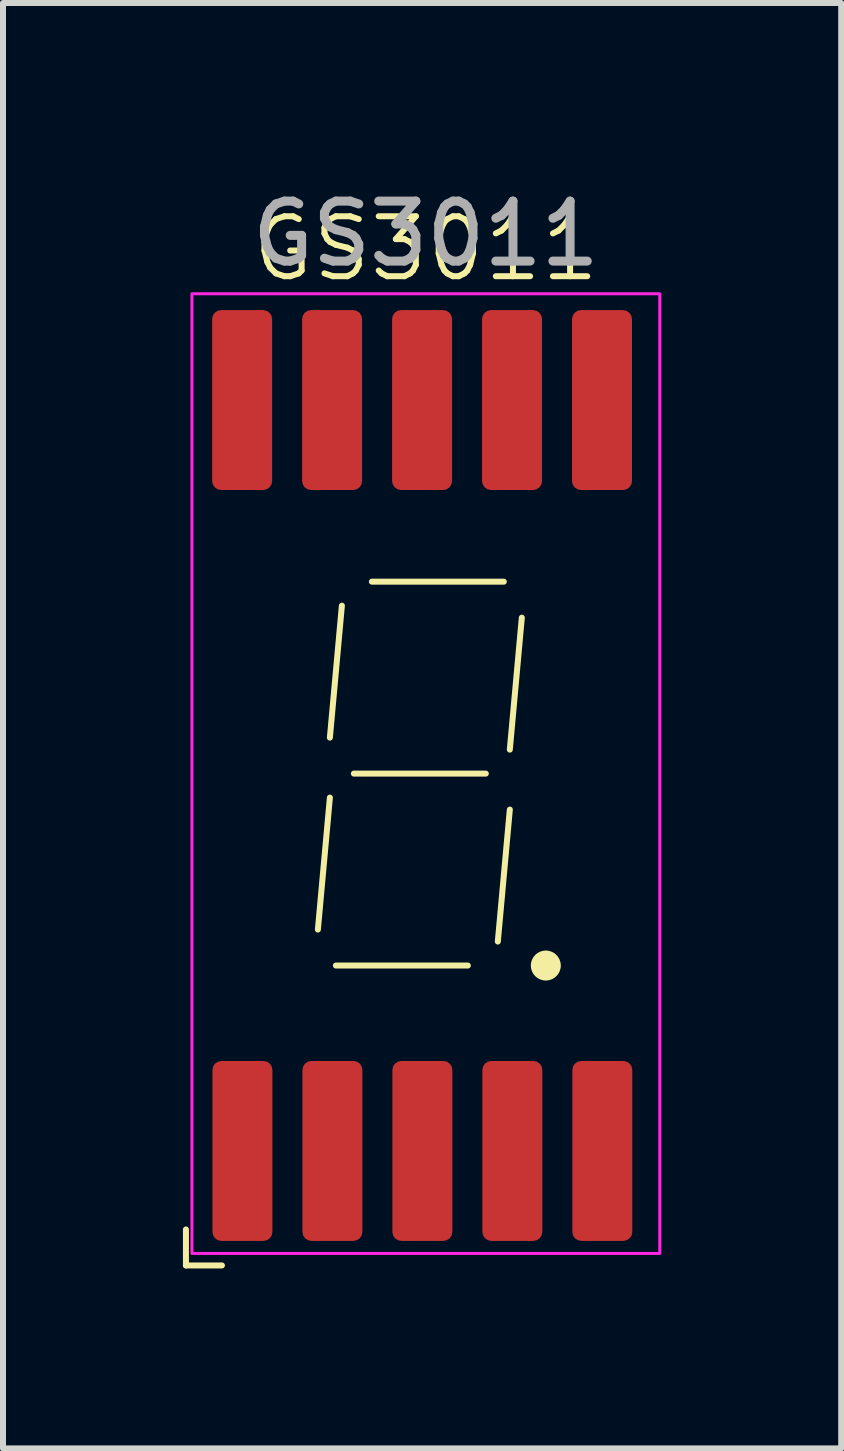
<source format=kicad_pcb>
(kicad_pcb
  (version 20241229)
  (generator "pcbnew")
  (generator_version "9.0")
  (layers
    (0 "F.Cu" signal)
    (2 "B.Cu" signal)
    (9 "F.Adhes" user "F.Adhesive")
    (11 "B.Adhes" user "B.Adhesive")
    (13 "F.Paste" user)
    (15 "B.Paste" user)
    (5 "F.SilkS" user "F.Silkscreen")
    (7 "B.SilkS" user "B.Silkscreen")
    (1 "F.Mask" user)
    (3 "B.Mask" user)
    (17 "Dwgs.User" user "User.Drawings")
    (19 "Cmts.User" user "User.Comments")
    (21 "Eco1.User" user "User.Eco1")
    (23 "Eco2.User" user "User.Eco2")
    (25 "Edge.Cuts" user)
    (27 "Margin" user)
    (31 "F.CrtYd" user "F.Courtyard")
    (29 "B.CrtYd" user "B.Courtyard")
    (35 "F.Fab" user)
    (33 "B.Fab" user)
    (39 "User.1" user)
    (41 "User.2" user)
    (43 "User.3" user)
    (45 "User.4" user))
  (footprint "GS3011"
    (layer "F.Cu")
    (at 4.05 9.848)
    (property "Reference" "GS3011" (at 0 -8.75 0) (unlocked yes) (layer "F.SilkS") (effects (font (size 1 1) (thickness 0.1))))
    (attr smd)
    (fp_line (start -4 7.6) (end -4 8.2) (stroke (width 0.1) (type default)) (layer "F.SilkS"))
    (fp_line (start -4 8.2) (end -3.4 8.2) (stroke (width 0.1) (type default)) (layer "F.SilkS"))
    (fp_line (start -1.8 2.6) (end -1.6 0.4) (stroke (width 0.1) (type default)) (layer "F.SilkS"))
    (fp_line (start -1.6 -0.6) (end -1.4 -2.8) (stroke (width 0.1) (type default)) (layer "F.SilkS"))
    (fp_line (start -1.2 0) (end 1 0) (stroke (width 0.1) (type default)) (layer "F.SilkS"))
    (fp_line (start -0.9 -3.2) (end 1.3 -3.2) (stroke (width 0.1) (type default)) (layer "F.SilkS"))
    (fp_line (start 0.7 3.2) (end -1.5 3.2) (stroke (width 0.1) (type default)) (layer "F.SilkS"))
    (fp_line (start 1.2 2.8) (end 1.4 0.6) (stroke (width 0.1) (type default)) (layer "F.SilkS"))
    (fp_line (start 1.4 -0.4) (end 1.6 -2.6) (stroke (width 0.1) (type default)) (layer "F.SilkS"))
    (fp_circle (center 2 3.2) (end 2.2 3.2) (stroke (width 0.1) (type solid)) (fill yes) (layer "F.SilkS"))
    (fp_rect (start -3.9 -8) (end 3.9 8) (stroke (width 0.05) (type solid)) (fill no) (layer "F.CrtYd"))
    (fp_text user "${REFERENCE}" (at 0 -9 0) (unlocked yes) (layer "F.Fab") (effects (font (size 1 1) (thickness 0.15))))
    (pad "1" smd roundrect (at -3.058 6.291 90) (size 3 1) (layers "F.Cu" "F.Mask" "F.Paste") (roundrect_rratio 0.15))
    (pad "2" smd roundrect (at -1.558 6.291 90) (size 3 1) (layers "F.Cu" "F.Mask" "F.Paste") (roundrect_rratio 0.15))
    (pad "3" smd roundrect (at -0.058 6.291 90) (size 3 1) (layers "F.Cu" "F.Mask" "F.Paste") (roundrect_rratio 0.15))
    (pad "4" smd roundrect (at 1.442 6.291 90) (size 3 1) (layers "F.Cu" "F.Mask" "F.Paste") (roundrect_rratio 0.15))
    (pad "5" smd roundrect (at 2.942 6.291 90) (size 3 1) (layers "F.Cu" "F.Mask" "F.Paste") (roundrect_rratio 0.15))
    (pad "6" smd roundrect (at 2.937 -6.228 90) (size 3 1) (layers "F.Cu" "F.Mask" "F.Paste") (roundrect_rratio 0.15))
    (pad "7" smd roundrect (at 1.437 -6.228 90) (size 3 1) (layers "F.Cu" "F.Mask" "F.Paste") (roundrect_rratio 0.15))
    (pad "8" smd roundrect (at -0.063 -6.228 90) (size 3 1) (layers "F.Cu" "F.Mask" "F.Paste") (roundrect_rratio 0.15))
    (pad "9" smd roundrect (at -1.563 -6.228 90) (size 3 1) (layers "F.Cu" "F.Mask" "F.Paste") (roundrect_rratio 0.15))
    (pad "10" smd roundrect (at -3.063 -6.228 90) (size 3 1) (layers "F.Cu" "F.Mask" "F.Paste") (roundrect_rratio 0.15)))
  (gr_rect
    (start -3 -3)
    (end 10.975 21.098)
    (stroke (width 0.1) (type default))
    (fill no)
    (layer "Edge.Cuts")))
</source>
